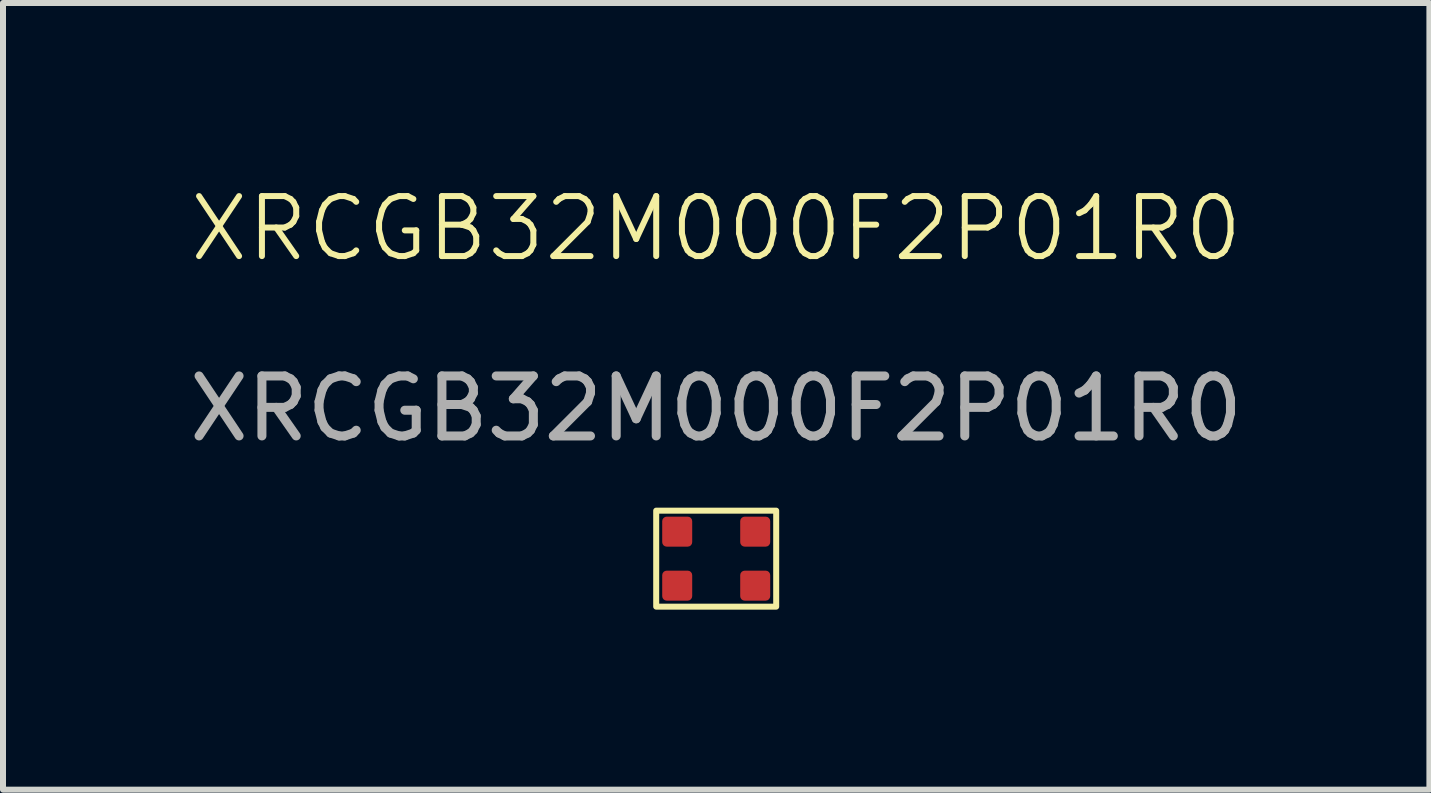
<source format=kicad_pcb>
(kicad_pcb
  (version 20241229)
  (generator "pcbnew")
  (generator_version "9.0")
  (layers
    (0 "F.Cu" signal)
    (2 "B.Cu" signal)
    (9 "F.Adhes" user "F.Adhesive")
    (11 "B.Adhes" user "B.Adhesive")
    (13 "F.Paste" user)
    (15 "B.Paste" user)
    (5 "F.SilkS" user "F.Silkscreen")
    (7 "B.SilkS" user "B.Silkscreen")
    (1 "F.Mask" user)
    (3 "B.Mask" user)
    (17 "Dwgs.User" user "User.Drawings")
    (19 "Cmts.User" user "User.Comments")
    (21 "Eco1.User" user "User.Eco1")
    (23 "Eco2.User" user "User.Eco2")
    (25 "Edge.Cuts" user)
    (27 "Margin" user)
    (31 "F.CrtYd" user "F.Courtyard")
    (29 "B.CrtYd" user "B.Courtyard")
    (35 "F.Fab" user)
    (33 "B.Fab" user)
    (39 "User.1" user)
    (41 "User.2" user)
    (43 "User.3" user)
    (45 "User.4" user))
  (footprint "XRCGB32M000F2P01R0"
    (layer "F.Cu")
    (at 8.887 6.261)
    (property "Reference" "XRCGB32M000F2P01R0" (at 0 -5.5 0) (unlocked yes) (layer "F.SilkS") (effects (font (size 1 1) (thickness 0.1))))
    (attr smd)
    (fp_rect (start -1 -0.8) (end 1 0.8) (stroke (width 0.1) (type solid)) (fill no) (layer "F.SilkS"))
    (fp_text user "${REFERENCE}" (at 0 -2.5 0) (unlocked yes) (layer "F.Fab") (effects (font (size 1 1) (thickness 0.15))))
    (pad "1" smd roundrect (at -0.65 -0.45) (size 0.5 0.5) (layers "F.Cu" "F.Mask" "F.Paste") (roundrect_rratio 0.15))
    (pad "2" smd roundrect (at 0.65 -0.45) (size 0.5 0.5) (layers "F.Cu" "F.Mask" "F.Paste") (roundrect_rratio 0.15))
    (pad "3" smd roundrect (at 0.65 0.45) (size 0.5 0.5) (layers "F.Cu" "F.Mask" "F.Paste") (roundrect_rratio 0.15))
    (pad "4" smd roundrect (at -0.65 0.45) (size 0.5 0.5) (layers "F.Cu" "F.Mask" "F.Paste") (roundrect_rratio 0.15)))
  (gr_rect
    (start -3 -3)
    (end 20.774 10.111)
    (stroke (width 0.1) (type default))
    (fill no)
    (layer "Edge.Cuts")))
</source>
